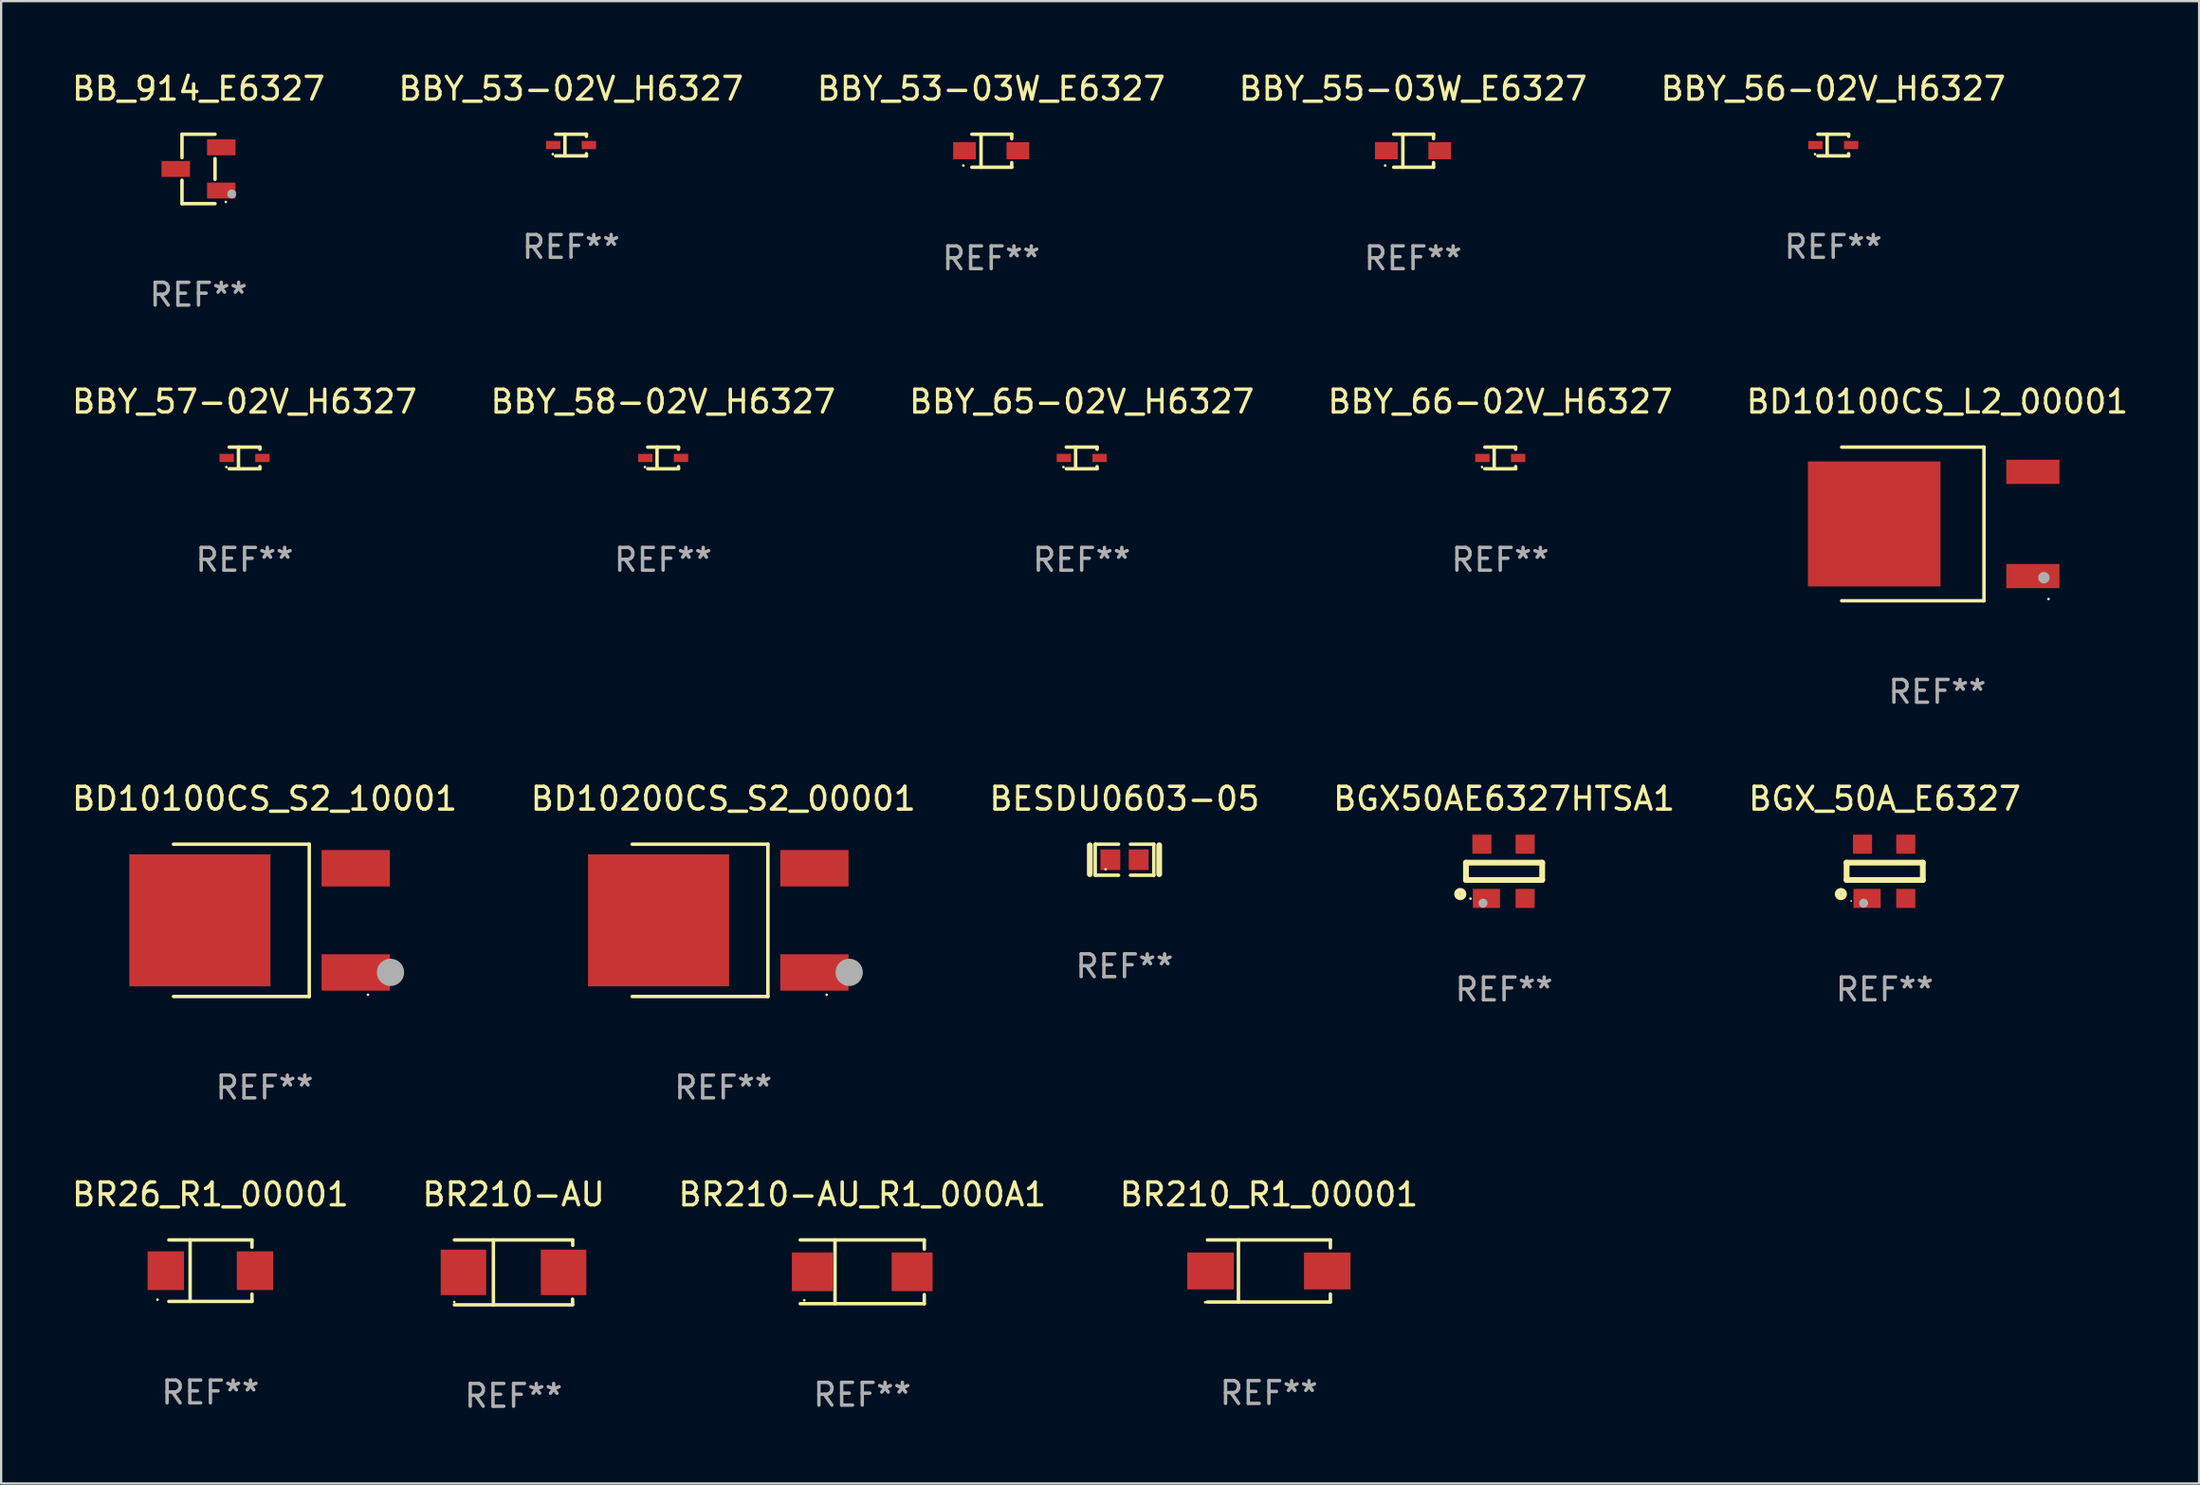
<source format=kicad_pcb>
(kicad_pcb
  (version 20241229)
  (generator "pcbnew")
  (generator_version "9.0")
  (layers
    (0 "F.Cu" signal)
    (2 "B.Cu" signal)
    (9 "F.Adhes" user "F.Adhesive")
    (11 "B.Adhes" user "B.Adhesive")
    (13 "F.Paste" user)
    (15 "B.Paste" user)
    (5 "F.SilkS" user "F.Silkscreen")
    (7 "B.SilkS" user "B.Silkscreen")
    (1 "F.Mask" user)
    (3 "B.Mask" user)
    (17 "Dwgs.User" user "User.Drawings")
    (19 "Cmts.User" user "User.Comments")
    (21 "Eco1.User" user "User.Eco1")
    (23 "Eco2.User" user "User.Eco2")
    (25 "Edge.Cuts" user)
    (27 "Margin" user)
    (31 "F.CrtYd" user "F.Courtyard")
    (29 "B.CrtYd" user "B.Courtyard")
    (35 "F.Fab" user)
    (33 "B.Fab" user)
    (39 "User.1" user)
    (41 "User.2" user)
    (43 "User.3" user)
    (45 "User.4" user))
  (footprint "BESDU0603-05"
    (layer "F.Cu")
    (at 46.363 34.728)
    (property "Reference" "BESDU0603-05" (at 0 -2.682 0) (layer "F.SilkS") (effects (font (size 1 1) (thickness 0.15))))
    (attr through_hole)
    (fp_line (start -1.524 -0.635) (end -1.524 0.635) (stroke (width 0.254) (type solid)) (layer "F.SilkS"))
    (fp_line (start -1.287 -0.682) (end -0.261 -0.682) (stroke (width 0.152) (type solid)) (layer "F.SilkS"))
    (fp_line (start -1.287 0.682) (end -1.287 -0.682) (stroke (width 0.152) (type solid)) (layer "F.SilkS"))
    (fp_line (start -0.261 0.682) (end -1.287 0.682) (stroke (width 0.152) (type solid)) (layer "F.SilkS"))
    (fp_line (start 0.261 0.682) (end 1.287 0.682) (stroke (width 0.152) (type solid)) (layer "F.SilkS"))
    (fp_line (start 1.287 -0.682) (end 0.261 -0.682) (stroke (width 0.152) (type solid)) (layer "F.SilkS"))
    (fp_line (start 1.287 0.682) (end 1.287 -0.682) (stroke (width 0.152) (type solid)) (layer "F.SilkS"))
    (fp_line (start 1.524 -0.635) (end 1.524 0.635) (stroke (width 0.254) (type solid)) (layer "F.SilkS"))
    (fp_circle (center -0.83 0.42) (end -0.8 0.42) (stroke (width 0.06) (type solid)) (fill no) (layer "F.SilkS"))
    (fp_text user "REF**" (at 0 4.682 0) (layer "F.Fab") (effects (font (size 1 1) (thickness 0.15))))
    (pad "1" smd rect (at -0.622 0) (size 0.873 0.907) (layers "F.Cu" "F.Mask" "F.Paste"))
    (pad "2" smd rect (at 0.622 0) (size 0.873 0.907) (layers "F.Cu" "F.Mask" "F.Paste")))
  (footprint "BBY_53-02V_H6327"
    (layer "F.Cu")
    (at 22.042 3.324)
    (property "Reference" "BBY_53-02V_H6327" (at 0 -2.476 0) (layer "F.SilkS") (effects (font (size 1 1) (thickness 0.15))))
    (attr through_hole)
    (fp_line (start -0.676 -0.476) (end 0.676 -0.476) (stroke (width 0.152) (type solid)) (layer "F.SilkS"))
    (fp_line (start -0.676 0.476) (end 0.676 0.476) (stroke (width 0.152) (type solid)) (layer "F.SilkS"))
    (fp_line (start -0.267 -0.476) (end -0.267 0.476) (stroke (width 0.152) (type solid)) (layer "F.SilkS"))
    (fp_line (start 0.676 -0.476) (end 0.676 -0.383) (stroke (width 0.152) (type solid)) (layer "F.SilkS"))
    (fp_line (start 0.676 0.476) (end 0.676 0.383) (stroke (width 0.152) (type solid)) (layer "F.SilkS"))
    (fp_circle (center -0.8 0.4) (end -0.77 0.4) (stroke (width 0.06) (type solid)) (fill no) (layer "F.SilkS"))
    (fp_text user "REF**" (at 0 4.476 0) (layer "F.Fab") (effects (font (size 1 1) (thickness 0.15))))
    (pad "1" smd rect (at -0.785 0) (size 0.63 0.36) (layers "F.Cu" "F.Mask" "F.Paste"))
    (pad "2" smd rect (at 0.785 0) (size 0.63 0.36) (layers "F.Cu" "F.Mask" "F.Paste")))
  (footprint "BGX50AE6327HTSA1"
    (layer "F.Cu")
    (at 63.042 35.237)
    (property "Reference" "BGX50AE6327HTSA1" (at 0 -3.191 0) (layer "F.SilkS") (effects (font (size 1 1) (thickness 0.15))))
    (attr through_hole)
    (fp_line (start -1.675 -0.38) (end -1.675 0.38) (stroke (width 0.254) (type solid)) (layer "F.SilkS"))
    (fp_line (start -1.675 -0.38) (end 1.675 -0.38) (stroke (width 0.254) (type solid)) (layer "F.SilkS"))
    (fp_line (start -1.675 0.38) (end 1.675 0.38) (stroke (width 0.254) (type solid)) (layer "F.SilkS"))
    (fp_line (start 1.675 -0.38) (end 1.675 0.38) (stroke (width 0.254) (type solid)) (layer "F.SilkS"))
    (fp_circle (center -1.925 1) (end -1.783 1) (stroke (width 0.254) (type solid)) (fill no) (layer "F.SilkS"))
    (fp_circle (center -1.475 1.2) (end -1.445 1.2) (stroke (width 0.06) (type solid)) (fill no) (layer "F.SilkS"))
    (fp_circle (center -0.925 1.4) (end -0.825 1.4) (stroke (width 0.2) (type solid)) (fill no) (layer "F.Fab"))
    (fp_text user "REF**" (at 0 5.191 0) (layer "F.Fab") (effects (font (size 1 1) (thickness 0.15))))
    (pad "1" smd rect (at -0.775 1.191) (size 1.194 0.838) (layers "F.Cu" "F.Mask" "F.Paste"))
    (pad "2" smd rect (at 0.925 1.191) (size 0.838 0.838) (layers "F.Cu" "F.Mask" "F.Paste"))
    (pad "3" smd rect (at 0.925 -1.191) (size 0.838 0.838) (layers "F.Cu" "F.Mask" "F.Paste"))
    (pad "4" smd rect (at -0.975 -1.191) (size 0.838 0.838) (layers "F.Cu" "F.Mask" "F.Paste")))
  (footprint "BR210-AU"
    (layer "F.Cu")
    (at 19.518 52.861)
    (property "Reference" "BR210-AU" (at 0 -3.426 0) (layer "F.SilkS") (effects (font (size 1 1) (thickness 0.15))))
    (attr through_hole)
    (fp_line (start -2.6 -1.426) (end 2.593 -1.426) (stroke (width 0.152) (type solid)) (layer "F.SilkS"))
    (fp_line (start -2.6 1.426) (end 2.593 1.426) (stroke (width 0.152) (type solid)) (layer "F.SilkS"))
    (fp_line (start -0.887 -1.426) (end -0.887 1.426) (stroke (width 0.152) (type solid)) (layer "F.SilkS"))
    (fp_line (start 2.59 1.176) (end 2.597 1.415) (stroke (width 0.152) (type solid)) (layer "F.SilkS"))
    (fp_line (start 2.593 -1.426) (end 2.6 -1.187) (stroke (width 0.152) (type solid)) (layer "F.SilkS"))
    (fp_circle (center -2.608 1.3) (end -2.578 1.3) (stroke (width 0.06) (type solid)) (fill no) (layer "F.SilkS"))
    (fp_text user "REF**" (at 0 5.426 0) (layer "F.Fab") (effects (font (size 1 1) (thickness 0.15))))
    (pad "1" smd rect (at -2.203 0 180) (size 2 2) (layers "F.Cu" "F.Mask" "F.Paste"))
    (pad "2" smd rect (at 2.197 0 180) (size 2 2) (layers "F.Cu" "F.Mask" "F.Paste")))
  (footprint "BR210_R1_00001"
    (layer "F.Cu")
    (at 52.708 52.799)
    (property "Reference" "BR210_R1_00001" (at 0 -3.364 0) (layer "F.SilkS") (effects (font (size 1 1) (thickness 0.15))))
    (attr through_hole)
    (fp_line (start -2.701 -1.364) (end 2.701 -1.364) (stroke (width 0.152) (type solid)) (layer "F.SilkS"))
    (fp_line (start -2.701 1.364) (end 2.701 1.364) (stroke (width 0.152) (type solid)) (layer "F.SilkS"))
    (fp_line (start -1.339 -1.364) (end -1.339 1.364) (stroke (width 0.152) (type solid)) (layer "F.SilkS"))
    (fp_line (start 2.701 -1.364) (end 2.701 -1.013) (stroke (width 0.152) (type solid)) (layer "F.SilkS"))
    (fp_line (start 2.701 1.364) (end 2.701 1.013) (stroke (width 0.152) (type solid)) (layer "F.SilkS"))
    (fp_circle (center -2.8 1.375) (end -2.77 1.375) (stroke (width 0.06) (type solid)) (fill no) (layer "F.SilkS"))
    (fp_text user "REF**" (at 0 5.364 0) (layer "F.Fab") (effects (font (size 1 1) (thickness 0.15))))
    (pad "1" smd rect (at -2.565 -0.000025) (size 2.046 1.62) (layers "F.Cu" "F.Mask" "F.Paste"))
    (pad "2" smd rect (at 2.565 -0.000025) (size 2.046 1.62) (layers "F.Cu" "F.Mask" "F.Paste")))
  (footprint "BBY_65-02V_H6327"
    (layer "F.Cu")
    (at 44.482 17.073)
    (property "Reference" "BBY_65-02V_H6327" (at 0 -2.476 0) (layer "F.SilkS") (effects (font (size 1 1) (thickness 0.15))))
    (attr through_hole)
    (fp_line (start -0.676 -0.476) (end 0.676 -0.476) (stroke (width 0.152) (type solid)) (layer "F.SilkS"))
    (fp_line (start -0.676 0.476) (end 0.676 0.476) (stroke (width 0.152) (type solid)) (layer "F.SilkS"))
    (fp_line (start -0.267 -0.476) (end -0.267 0.476) (stroke (width 0.152) (type solid)) (layer "F.SilkS"))
    (fp_line (start 0.676 -0.476) (end 0.676 -0.383) (stroke (width 0.152) (type solid)) (layer "F.SilkS"))
    (fp_line (start 0.676 0.476) (end 0.676 0.383) (stroke (width 0.152) (type solid)) (layer "F.SilkS"))
    (fp_circle (center -0.8 0.4) (end -0.77 0.4) (stroke (width 0.06) (type solid)) (fill no) (layer "F.SilkS"))
    (fp_text user "REF**" (at 0 4.476 0) (layer "F.Fab") (effects (font (size 1 1) (thickness 0.15))))
    (pad "1" smd rect (at -0.785 0) (size 0.63 0.36) (layers "F.Cu" "F.Mask" "F.Paste"))
    (pad "2" smd rect (at 0.785 0) (size 0.63 0.36) (layers "F.Cu" "F.Mask" "F.Paste")))
  (footprint "BD10200CS_S2_00001"
    (layer "F.Cu")
    (at 28.732 37.392)
    (property "Reference" "BD10200CS_S2_00001" (at 0 -5.346 0) (layer "F.SilkS") (effects (font (size 1 1) (thickness 0.15))))
    (attr through_hole)
    (fp_line (start -4.004 -3.346) (end 1.963 -3.346) (stroke (width 0.152) (type solid)) (layer "F.SilkS"))
    (fp_line (start -4.004 3.346) (end 1.963 3.346) (stroke (width 0.152) (type solid)) (layer "F.SilkS"))
    (fp_line (start 1.963 3.346) (end 1.963 -3.346) (stroke (width 0.152) (type solid)) (layer "F.SilkS"))
    (fp_circle (center 4.542 3.27) (end 4.572 3.27) (stroke (width 0.06) (type solid)) (fill no) (layer "F.SilkS"))
    (fp_circle (center 5.533 2.286) (end 5.833 2.286) (stroke (width 0.6) (type solid)) (fill no) (layer "F.Fab"))
    (fp_text user "REF**" (at 0 7.346 0) (layer "F.Fab") (effects (font (size 1 1) (thickness 0.15))))
    (pad "1" smd rect (at 4.004 2.29) (size 3 1.6) (layers "F.Cu" "F.Mask" "F.Paste"))
    (pad "2" smd rect (at -2.844 0) (size 6.2 5.8) (layers "F.Cu" "F.Mask" "F.Paste"))
    (pad "3" smd rect (at 4.004 -2.29) (size 3 1.6) (layers "F.Cu" "F.Mask" "F.Paste")))
  (footprint "BBY_66-02V_H6327"
    (layer "F.Cu")
    (at 62.875 17.073)
    (property "Reference" "BBY_66-02V_H6327" (at 0 -2.476 0) (layer "F.SilkS") (effects (font (size 1 1) (thickness 0.15))))
    (attr through_hole)
    (fp_line (start -0.676 -0.476) (end 0.676 -0.476) (stroke (width 0.152) (type solid)) (layer "F.SilkS"))
    (fp_line (start -0.676 0.476) (end 0.676 0.476) (stroke (width 0.152) (type solid)) (layer "F.SilkS"))
    (fp_line (start -0.267 -0.476) (end -0.267 0.476) (stroke (width 0.152) (type solid)) (layer "F.SilkS"))
    (fp_line (start 0.676 -0.476) (end 0.676 -0.383) (stroke (width 0.152) (type solid)) (layer "F.SilkS"))
    (fp_line (start 0.676 0.476) (end 0.676 0.383) (stroke (width 0.152) (type solid)) (layer "F.SilkS"))
    (fp_circle (center -0.8 0.4) (end -0.77 0.4) (stroke (width 0.06) (type solid)) (fill no) (layer "F.SilkS"))
    (fp_text user "REF**" (at 0 4.476 0) (layer "F.Fab") (effects (font (size 1 1) (thickness 0.15))))
    (pad "1" smd rect (at -0.785 0) (size 0.63 0.36) (layers "F.Cu" "F.Mask" "F.Paste"))
    (pad "2" smd rect (at 0.785 0) (size 0.63 0.36) (layers "F.Cu" "F.Mask" "F.Paste")))
  (footprint "BR26_R1_00001"
    (layer "F.Cu")
    (at 6.196 52.786)
    (property "Reference" "BR26_R1_00001" (at 0 -3.351 0) (layer "F.SilkS") (effects (font (size 1 1) (thickness 0.15))))
    (attr through_hole)
    (fp_line (start -1.826 -1.351) (end 1.826 -1.351) (stroke (width 0.152) (type solid)) (layer "F.SilkS"))
    (fp_line (start -1.826 1.351) (end 1.826 1.351) (stroke (width 0.152) (type solid)) (layer "F.SilkS"))
    (fp_line (start -0.892 -1.351) (end -0.892 1.351) (stroke (width 0.152) (type solid)) (layer "F.SilkS"))
    (fp_line (start 1.826 -1.351) (end 1.826 -1.03) (stroke (width 0.152) (type solid)) (layer "F.SilkS"))
    (fp_line (start 1.826 1.03) (end 1.826 1.351) (stroke (width 0.152) (type solid)) (layer "F.SilkS"))
    (fp_circle (center -2.325 1.275) (end -2.295 1.275) (stroke (width 0.06) (type solid)) (fill no) (layer "F.SilkS"))
    (fp_text user "REF**" (at 0 5.351 0) (layer "F.Fab") (effects (font (size 1 1) (thickness 0.15))))
    (pad "1" smd rect (at -1.96 0 180) (size 1.6 1.7) (layers "F.Cu" "F.Mask" "F.Paste"))
    (pad "2" smd rect (at 1.96 0 180) (size 1.6 1.7) (layers "F.Cu" "F.Mask" "F.Paste")))
  (footprint "BR210-AU_R1_000A1"
    (layer "F.Cu")
    (at 34.839 52.836)
    (property "Reference" "BR210-AU_R1_000A1" (at 0 -3.401 0) (layer "F.SilkS") (effects (font (size 1 1) (thickness 0.15))))
    (attr through_hole)
    (fp_line (start -2.726 -1.401) (end 2.726 -1.401) (stroke (width 0.152) (type solid)) (layer "F.SilkS"))
    (fp_line (start -2.726 1.401) (end 2.726 1.401) (stroke (width 0.152) (type solid)) (layer "F.SilkS"))
    (fp_line (start -1.197 -1.401) (end -1.197 1.401) (stroke (width 0.152) (type solid)) (layer "F.SilkS"))
    (fp_line (start 2.726 -1.401) (end 2.726 -1) (stroke (width 0.152) (type solid)) (layer "F.SilkS"))
    (fp_line (start 2.726 1.401) (end 2.726 1) (stroke (width 0.152) (type solid)) (layer "F.SilkS"))
    (fp_circle (center -2.55 1.25) (end -2.52 1.25) (stroke (width 0.06) (type solid)) (fill no) (layer "F.SilkS"))
    (fp_text user "REF**" (at 0 5.401 0) (layer "F.Fab") (effects (font (size 1 1) (thickness 0.15))))
    (pad "1" smd rect (at -2.192 0) (size 1.8 1.7) (layers "F.Cu" "F.Mask" "F.Paste"))
    (pad "2" smd rect (at 2.192 0) (size 1.8 1.7) (layers "F.Cu" "F.Mask" "F.Paste")))
  (footprint "BBY_58-02V_H6327"
    (layer "F.Cu")
    (at 26.089 17.073)
    (property "Reference" "BBY_58-02V_H6327" (at 0 -2.476 0) (layer "F.SilkS") (effects (font (size 1 1) (thickness 0.15))))
    (attr through_hole)
    (fp_line (start -0.676 -0.476) (end 0.676 -0.476) (stroke (width 0.152) (type solid)) (layer "F.SilkS"))
    (fp_line (start -0.676 0.476) (end 0.676 0.476) (stroke (width 0.152) (type solid)) (layer "F.SilkS"))
    (fp_line (start -0.267 -0.476) (end -0.267 0.476) (stroke (width 0.152) (type solid)) (layer "F.SilkS"))
    (fp_line (start 0.676 -0.476) (end 0.676 -0.383) (stroke (width 0.152) (type solid)) (layer "F.SilkS"))
    (fp_line (start 0.676 0.476) (end 0.676 0.383) (stroke (width 0.152) (type solid)) (layer "F.SilkS"))
    (fp_circle (center -0.8 0.4) (end -0.77 0.4) (stroke (width 0.06) (type solid)) (fill no) (layer "F.SilkS"))
    (fp_text user "REF**" (at 0 4.476 0) (layer "F.Fab") (effects (font (size 1 1) (thickness 0.15))))
    (pad "1" smd rect (at -0.785 0) (size 0.63 0.36) (layers "F.Cu" "F.Mask" "F.Paste"))
    (pad "2" smd rect (at 0.785 0) (size 0.63 0.36) (layers "F.Cu" "F.Mask" "F.Paste")))
  (footprint "BB_914_E6327"
    (layer "F.Cu")
    (at 5.673 4.374)
    (property "Reference" "BB_914_E6327" (at 0 -3.526 0) (layer "F.SilkS") (effects (font (size 1 1) (thickness 0.15))))
    (attr through_hole)
    (fp_line (start -0.726 -1.526) (end -0.726 -0.495) (stroke (width 0.152) (type solid)) (layer "F.SilkS"))
    (fp_line (start -0.726 1.526) (end -0.726 0.495) (stroke (width 0.152) (type solid)) (layer "F.SilkS"))
    (fp_line (start 0.726 -1.526) (end -0.726 -1.526) (stroke (width 0.152) (type solid)) (layer "F.SilkS"))
    (fp_line (start 0.726 -0.455) (end 0.726 0.455) (stroke (width 0.152) (type solid)) (layer "F.SilkS"))
    (fp_line (start 0.726 1.526) (end -0.726 1.526) (stroke (width 0.152) (type solid)) (layer "F.SilkS"))
    (fp_circle (center 1.2 1.45) (end 1.23 1.45) (stroke (width 0.06) (type solid)) (fill no) (layer "F.SilkS"))
    (fp_circle (center 1.46 1.1) (end 1.56 1.1) (stroke (width 0.2) (type solid)) (fill no) (layer "F.Fab"))
    (fp_text user "REF**" (at 0 5.526 0) (layer "F.Fab") (effects (font (size 1 1) (thickness 0.15))))
    (pad "1" smd rect (at 1 0.95) (size 1.25 0.7) (layers "F.Cu" "F.Mask" "F.Paste"))
    (pad "2" smd rect (at 1 -0.95) (size 1.25 0.7) (layers "F.Cu" "F.Mask" "F.Paste"))
    (pad "3" smd rect (at -1 0) (size 1.25 0.7) (layers "F.Cu" "F.Mask" "F.Paste")))
  (footprint "BD10100CS_S2_10001"
    (layer "F.Cu")
    (at 8.577 37.392)
    (property "Reference" "BD10100CS_S2_10001" (at 0 -5.346 0) (layer "F.SilkS") (effects (font (size 1 1) (thickness 0.15))))
    (attr through_hole)
    (fp_line (start -4.004 -3.346) (end 1.963 -3.346) (stroke (width 0.152) (type solid)) (layer "F.SilkS"))
    (fp_line (start -4.004 3.346) (end 1.963 3.346) (stroke (width 0.152) (type solid)) (layer "F.SilkS"))
    (fp_line (start 1.963 3.346) (end 1.963 -3.346) (stroke (width 0.152) (type solid)) (layer "F.SilkS"))
    (fp_circle (center 4.542 3.27) (end 4.572 3.27) (stroke (width 0.06) (type solid)) (fill no) (layer "F.SilkS"))
    (fp_circle (center 5.533 2.286) (end 5.833 2.286) (stroke (width 0.6) (type solid)) (fill no) (layer "F.Fab"))
    (fp_text user "REF**" (at 0 7.346 0) (layer "F.Fab") (effects (font (size 1 1) (thickness 0.15))))
    (pad "1" smd rect (at 4.004 2.29) (size 3 1.6) (layers "F.Cu" "F.Mask" "F.Paste"))
    (pad "2" smd rect (at -2.844 0) (size 6.2 5.8) (layers "F.Cu" "F.Mask" "F.Paste"))
    (pad "3" smd rect (at 4.004 -2.29) (size 3 1.6) (layers "F.Cu" "F.Mask" "F.Paste")))
  (footprint "BBY_53-03W_E6327"
    (layer "F.Cu")
    (at 40.506 3.574)
    (property "Reference" "BBY_53-03W_E6327" (at 0 -2.726 0) (layer "F.SilkS") (effects (font (size 1 1) (thickness 0.15))))
    (attr through_hole)
    (fp_line (start -0.851 -0.726) (end 0.901 -0.726) (stroke (width 0.152) (type solid)) (layer "F.SilkS"))
    (fp_line (start -0.851 0.726) (end 0.901 0.726) (stroke (width 0.152) (type solid)) (layer "F.SilkS"))
    (fp_line (start -0.447 -0.726) (end -0.447 0.726) (stroke (width 0.152) (type solid)) (layer "F.SilkS"))
    (fp_line (start 0.901 -0.726) (end 0.901 -0.53) (stroke (width 0.152) (type solid)) (layer "F.SilkS"))
    (fp_line (start 0.901 0.726) (end 0.901 0.52) (stroke (width 0.152) (type solid)) (layer "F.SilkS"))
    (fp_circle (center -1.225 0.65) (end -1.195 0.65) (stroke (width 0.06) (type solid)) (fill no) (layer "F.SilkS"))
    (fp_text user "REF**" (at 0 4.726 0) (layer "F.Fab") (effects (font (size 1 1) (thickness 0.15))))
    (pad "1" smd rect (at -1.173 0) (size 1 0.75) (layers "F.Cu" "F.Mask" "F.Paste"))
    (pad "2" smd rect (at 1.173 0) (size 1 0.75) (layers "F.Cu" "F.Mask" "F.Paste")))
  (footprint "BBY_55-03W_E6327"
    (layer "F.Cu")
    (at 59.042 3.574)
    (property "Reference" "BBY_55-03W_E6327" (at 0 -2.726 0) (layer "F.SilkS") (effects (font (size 1 1) (thickness 0.15))))
    (attr through_hole)
    (fp_line (start -0.851 -0.726) (end 0.901 -0.726) (stroke (width 0.152) (type solid)) (layer "F.SilkS"))
    (fp_line (start -0.851 0.726) (end 0.901 0.726) (stroke (width 0.152) (type solid)) (layer "F.SilkS"))
    (fp_line (start -0.447 -0.726) (end -0.447 0.726) (stroke (width 0.152) (type solid)) (layer "F.SilkS"))
    (fp_line (start 0.901 -0.726) (end 0.901 -0.53) (stroke (width 0.152) (type solid)) (layer "F.SilkS"))
    (fp_line (start 0.901 0.726) (end 0.901 0.52) (stroke (width 0.152) (type solid)) (layer "F.SilkS"))
    (fp_circle (center -1.225 0.65) (end -1.195 0.65) (stroke (width 0.06) (type solid)) (fill no) (layer "F.SilkS"))
    (fp_text user "REF**" (at 0 4.726 0) (layer "F.Fab") (effects (font (size 1 1) (thickness 0.15))))
    (pad "1" smd rect (at -1.173 0) (size 1 0.75) (layers "F.Cu" "F.Mask" "F.Paste"))
    (pad "2" smd rect (at 1.173 0) (size 1 0.75) (layers "F.Cu" "F.Mask" "F.Paste")))
  (footprint "BD10100CS_L2_00001"
    (layer "F.Cu")
    (at 82.077 19.973)
    (property "Reference" "BD10100CS_L2_00001" (at 0 -5.376 0) (layer "F.SilkS") (effects (font (size 1 1) (thickness 0.15))))
    (attr through_hole)
    (fp_line (start -4.2 -3.376) (end 2.053 -3.376) (stroke (width 0.152) (type solid)) (layer "F.SilkS"))
    (fp_line (start -4.2 3.376) (end 2.053 3.376) (stroke (width 0.152) (type solid)) (layer "F.SilkS"))
    (fp_line (start 2.053 3.376) (end 2.053 -3.376) (stroke (width 0.152) (type solid)) (layer "F.SilkS"))
    (fp_circle (center 4.889 3.3) (end 4.919 3.3) (stroke (width 0.06) (type solid)) (fill no) (layer "F.SilkS"))
    (fp_circle (center 4.686 2.362) (end 4.813 2.362) (stroke (width 0.254) (type solid)) (fill no) (layer "F.Fab"))
    (fp_text user "REF**" (at 0 7.376 0) (layer "F.Fab") (effects (font (size 1 1) (thickness 0.15))))
    (pad "1" smd rect (at 4.2 2.29) (size 2.336 1.064) (layers "F.Cu" "F.Mask" "F.Paste"))
    (pad "3" smd rect (at 4.2 -2.29) (size 2.336 1.064) (layers "F.Cu" "F.Mask" "F.Paste"))
    (pad "4" smd rect (at -2.771 0) (size 5.826 5.491) (layers "F.Cu" "F.Mask" "F.Paste")))
  (footprint "BBY_57-02V_H6327"
    (layer "F.Cu")
    (at 7.696 17.073)
    (property "Reference" "BBY_57-02V_H6327" (at 0 -2.476 0) (layer "F.SilkS") (effects (font (size 1 1) (thickness 0.15))))
    (attr through_hole)
    (fp_line (start -0.676 -0.476) (end 0.676 -0.476) (stroke (width 0.152) (type solid)) (layer "F.SilkS"))
    (fp_line (start -0.676 0.476) (end 0.676 0.476) (stroke (width 0.152) (type solid)) (layer "F.SilkS"))
    (fp_line (start -0.267 -0.476) (end -0.267 0.476) (stroke (width 0.152) (type solid)) (layer "F.SilkS"))
    (fp_line (start 0.676 -0.476) (end 0.676 -0.383) (stroke (width 0.152) (type solid)) (layer "F.SilkS"))
    (fp_line (start 0.676 0.476) (end 0.676 0.383) (stroke (width 0.152) (type solid)) (layer "F.SilkS"))
    (fp_circle (center -0.8 0.4) (end -0.77 0.4) (stroke (width 0.06) (type solid)) (fill no) (layer "F.SilkS"))
    (fp_text user "REF**" (at 0 4.476 0) (layer "F.Fab") (effects (font (size 1 1) (thickness 0.15))))
    (pad "1" smd rect (at -0.785 0) (size 0.63 0.36) (layers "F.Cu" "F.Mask" "F.Paste"))
    (pad "2" smd rect (at 0.785 0) (size 0.63 0.36) (layers "F.Cu" "F.Mask" "F.Paste")))
  (footprint "BBY_56-02V_H6327"
    (layer "F.Cu")
    (at 77.506 3.324)
    (property "Reference" "BBY_56-02V_H6327" (at 0 -2.476 0) (layer "F.SilkS") (effects (font (size 1 1) (thickness 0.15))))
    (attr through_hole)
    (fp_line (start -0.676 -0.476) (end 0.676 -0.476) (stroke (width 0.152) (type solid)) (layer "F.SilkS"))
    (fp_line (start -0.676 0.476) (end 0.676 0.476) (stroke (width 0.152) (type solid)) (layer "F.SilkS"))
    (fp_line (start -0.267 -0.476) (end -0.267 0.476) (stroke (width 0.152) (type solid)) (layer "F.SilkS"))
    (fp_line (start 0.676 -0.476) (end 0.676 -0.383) (stroke (width 0.152) (type solid)) (layer "F.SilkS"))
    (fp_line (start 0.676 0.476) (end 0.676 0.383) (stroke (width 0.152) (type solid)) (layer "F.SilkS"))
    (fp_circle (center -0.8 0.4) (end -0.77 0.4) (stroke (width 0.06) (type solid)) (fill no) (layer "F.SilkS"))
    (fp_text user "REF**" (at 0 4.476 0) (layer "F.Fab") (effects (font (size 1 1) (thickness 0.15))))
    (pad "1" smd rect (at -0.785 0) (size 0.63 0.36) (layers "F.Cu" "F.Mask" "F.Paste"))
    (pad "2" smd rect (at 0.785 0) (size 0.63 0.36) (layers "F.Cu" "F.Mask" "F.Paste")))
  (footprint "BGX_50A_E6327"
    (layer "F.Cu")
    (at 79.768 35.237)
    (property "Reference" "BGX_50A_E6327" (at 0 -3.191 0) (layer "F.SilkS") (effects (font (size 1 1) (thickness 0.15))))
    (attr through_hole)
    (fp_line (start -1.675 -0.38) (end -1.675 0.38) (stroke (width 0.254) (type solid)) (layer "F.SilkS"))
    (fp_line (start -1.675 -0.38) (end 1.675 -0.38) (stroke (width 0.254) (type solid)) (layer "F.SilkS"))
    (fp_line (start -1.675 0.38) (end 1.675 0.38) (stroke (width 0.254) (type solid)) (layer "F.SilkS"))
    (fp_line (start 1.675 -0.38) (end 1.675 0.38) (stroke (width 0.254) (type solid)) (layer "F.SilkS"))
    (fp_circle (center -1.925 1) (end -1.783 1) (stroke (width 0.254) (type solid)) (fill no) (layer "F.SilkS"))
    (fp_circle (center -1.475 1.3) (end -1.455 1.3) (stroke (width 0.04) (type solid)) (fill no) (layer "F.SilkS"))
    (fp_circle (center -0.925 1.4) (end -0.825 1.4) (stroke (width 0.2) (type solid)) (fill no) (layer "F.Fab"))
    (fp_text user "REF**" (at 0 5.191 0) (layer "F.Fab") (effects (font (size 1 1) (thickness 0.15))))
    (pad "1" smd rect (at -0.775 1.191) (size 1.194 0.838) (layers "F.Cu" "F.Mask" "F.Paste"))
    (pad "2" smd rect (at 0.925 1.191) (size 0.838 0.838) (layers "F.Cu" "F.Mask" "F.Paste"))
    (pad "3" smd rect (at 0.925 -1.191) (size 0.838 0.838) (layers "F.Cu" "F.Mask" "F.Paste"))
    (pad "4" smd rect (at -0.975 -1.191) (size 0.838 0.838) (layers "F.Cu" "F.Mask" "F.Paste")))
  (gr_rect
    (start -3 -3)
    (end 93.583 62.136)
    (stroke (width 0.1) (type default))
    (fill no)
    (layer "Edge.Cuts")))
</source>
